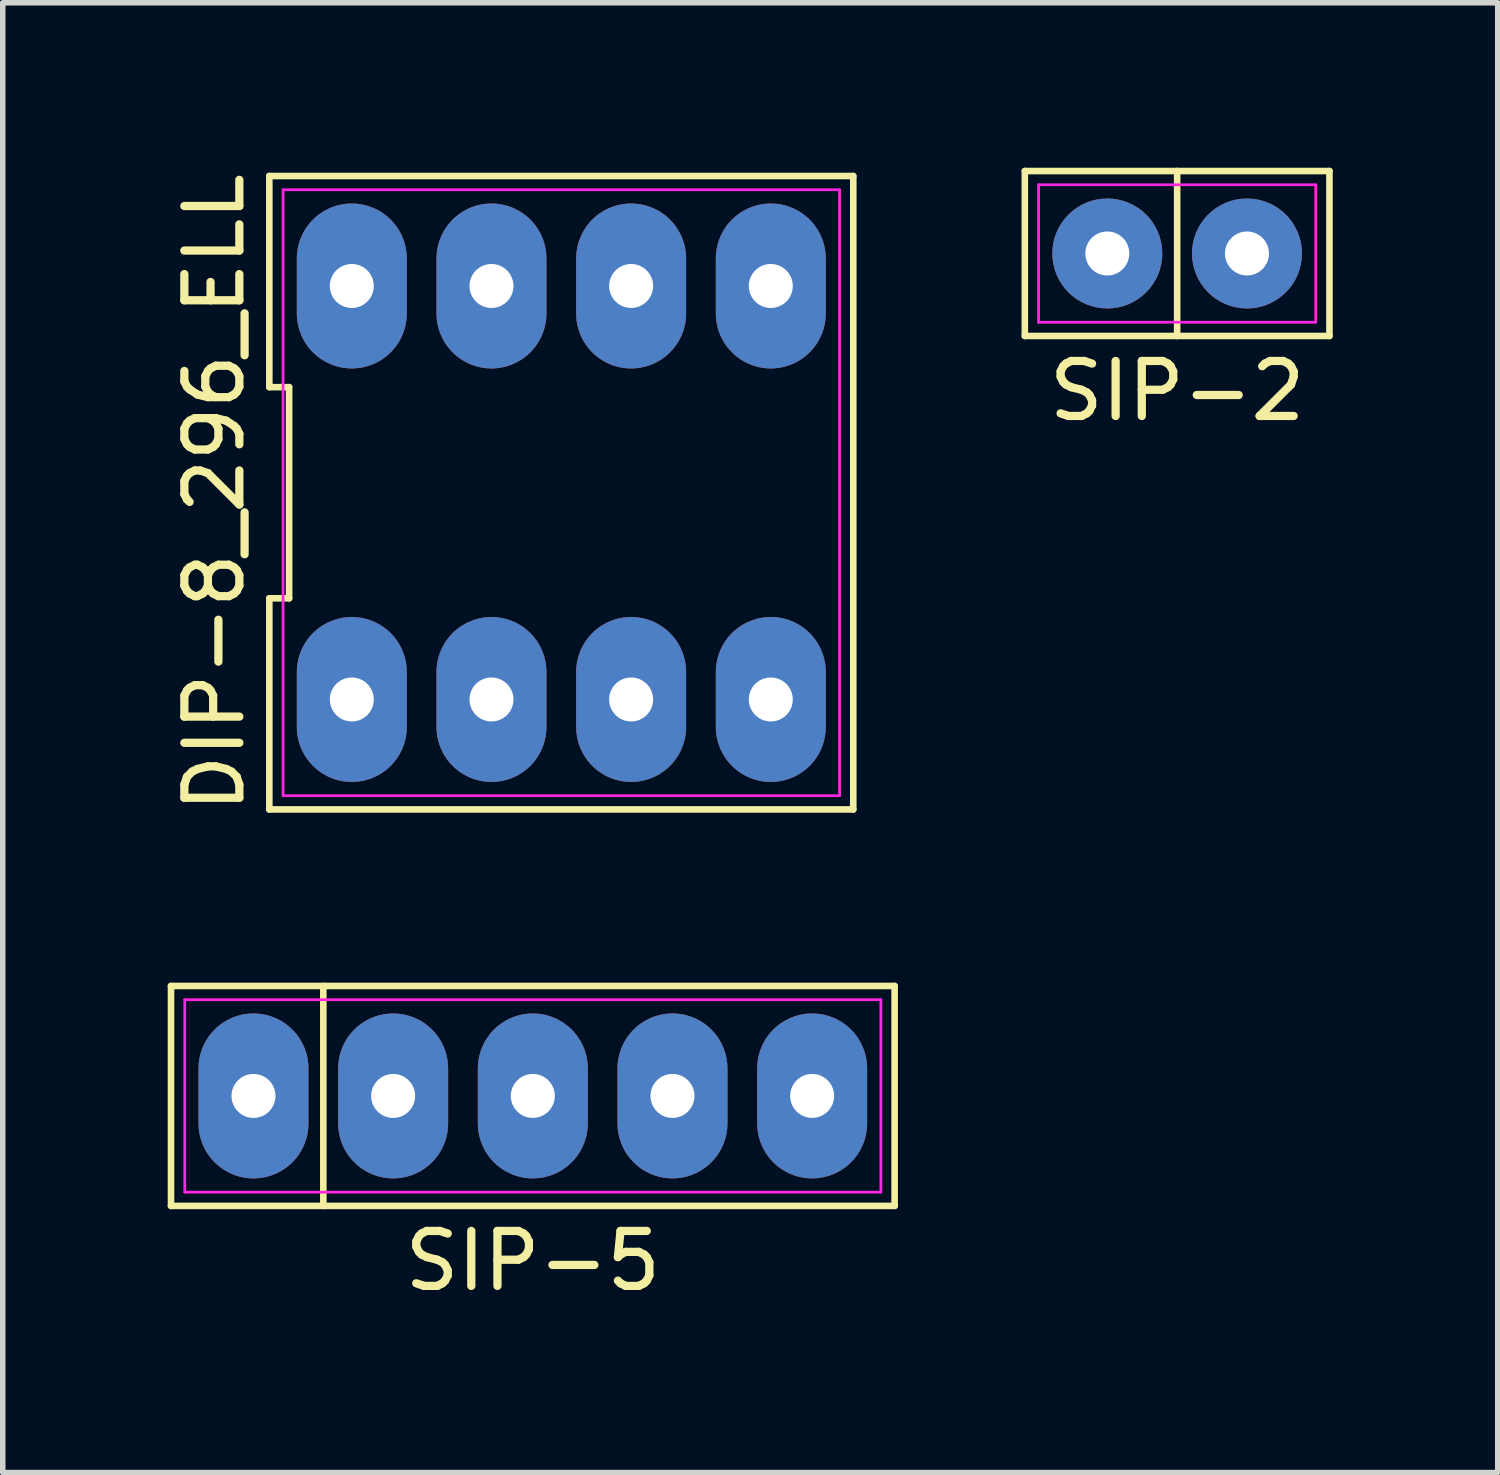
<source format=kicad_pcb>
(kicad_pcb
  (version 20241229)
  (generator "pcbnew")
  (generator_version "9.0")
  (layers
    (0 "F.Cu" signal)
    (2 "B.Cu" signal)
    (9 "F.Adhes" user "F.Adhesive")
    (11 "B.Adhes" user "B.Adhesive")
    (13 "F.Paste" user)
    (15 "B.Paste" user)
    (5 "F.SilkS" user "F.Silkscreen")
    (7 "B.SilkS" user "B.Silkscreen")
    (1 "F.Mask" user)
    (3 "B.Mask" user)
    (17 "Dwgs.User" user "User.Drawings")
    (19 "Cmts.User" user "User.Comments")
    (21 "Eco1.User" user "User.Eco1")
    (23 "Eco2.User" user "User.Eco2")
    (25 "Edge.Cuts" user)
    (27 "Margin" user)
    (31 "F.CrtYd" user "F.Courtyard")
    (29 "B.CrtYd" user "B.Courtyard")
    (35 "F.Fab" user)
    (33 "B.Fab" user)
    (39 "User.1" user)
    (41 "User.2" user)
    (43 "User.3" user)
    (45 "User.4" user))
  (footprint "SIP-2"
    (layer "F.Cu")
    (at 18.358 1.56)
    (property "Reference" "SIP-2" (at 0 2.5 0) (layer "F.SilkS") (effects (font (size 1 1) (thickness 0.15))))
    (attr through_hole)
    (fp_line (start -2.77 -1.5) (end 2.77 -1.5) (stroke (width 0.12) (type solid)) (layer "F.SilkS"))
    (fp_line (start -2.77 1.5) (end -2.77 -1.5) (stroke (width 0.12) (type solid)) (layer "F.SilkS"))
    (fp_line (start 0 -1.5) (end 0 1.5) (stroke (width 0.12) (type solid)) (layer "F.SilkS"))
    (fp_line (start 2.77 -1.5) (end 2.77 1.5) (stroke (width 0.12) (type solid)) (layer "F.SilkS"))
    (fp_line (start 2.77 1.5) (end -2.77 1.5) (stroke (width 0.12) (type solid)) (layer "F.SilkS"))
    (fp_line (start -2.52 -1.25) (end 2.52 -1.25) (stroke (width 0.05) (type solid)) (layer "F.CrtYd"))
    (fp_line (start -2.52 1.25) (end -2.52 -1.25) (stroke (width 0.05) (type solid)) (layer "F.CrtYd"))
    (fp_line (start 2.52 -1.25) (end 2.52 1.25) (stroke (width 0.05) (type solid)) (layer "F.CrtYd"))
    (fp_line (start 2.52 1.25) (end -2.52 1.25) (stroke (width 0.05) (type solid)) (layer "F.CrtYd"))
    (pad "1" thru_hole circle (at -1.27 0) (size 2 2) (drill 0.8) (layers "*.Cu" "*.Mask"))
    (pad "2" thru_hole circle (at 1.27 0) (size 2 2) (drill 0.8) (layers "*.Cu" "*.Mask")))
  (footprint "DIP-8_296_ELL"
    (layer "F.Cu")
    (at 7.158 5.911)
    (property "Reference" "DIP-8_296_ELL" (at -6.31 0 90) (layer "F.SilkS") (effects (font (size 1 1) (thickness 0.15))))
    (attr through_hole)
    (fp_line (start -5.31 -5.76) (end -5.31 -1.92) (stroke (width 0.12) (type solid)) (layer "F.SilkS"))
    (fp_line (start -5.31 -1.92) (end -4.95 -1.92) (stroke (width 0.12) (type solid)) (layer "F.SilkS"))
    (fp_line (start -5.31 1.92) (end -5.31 5.76) (stroke (width 0.12) (type solid)) (layer "F.SilkS"))
    (fp_line (start -5.31 5.76) (end 5.31 5.76) (stroke (width 0.12) (type solid)) (layer "F.SilkS"))
    (fp_line (start -4.95 -1.92) (end -4.95 1.92) (stroke (width 0.12) (type solid)) (layer "F.SilkS"))
    (fp_line (start -4.95 1.92) (end -5.31 1.92) (stroke (width 0.12) (type solid)) (layer "F.SilkS"))
    (fp_line (start 5.31 -5.76) (end -5.31 -5.76) (stroke (width 0.12) (type solid)) (layer "F.SilkS"))
    (fp_line (start 5.31 5.76) (end 5.31 -5.76) (stroke (width 0.12) (type solid)) (layer "F.SilkS"))
    (fp_line (start -5.06 -5.51) (end 5.06 -5.51) (stroke (width 0.05) (type solid)) (layer "F.CrtYd"))
    (fp_line (start -5.06 5.51) (end -5.06 -5.51) (stroke (width 0.05) (type solid)) (layer "F.CrtYd"))
    (fp_line (start 5.06 -5.51) (end 5.06 5.51) (stroke (width 0.05) (type solid)) (layer "F.CrtYd"))
    (fp_line (start 5.06 5.51) (end -5.06 5.51) (stroke (width 0.05) (type solid)) (layer "F.CrtYd"))
    (pad "1" thru_hole oval (at -3.81 3.76) (size 2 3) (drill 0.8) (layers "*.Cu" "*.Mask"))
    (pad "2" thru_hole oval (at -1.27 3.76) (size 2 3) (drill 0.8) (layers "*.Cu" "*.Mask"))
    (pad "3" thru_hole oval (at 1.27 3.76) (size 2 3) (drill 0.8) (layers "*.Cu" "*.Mask"))
    (pad "4" thru_hole oval (at 3.81 3.76) (size 2 3) (drill 0.8) (layers "*.Cu" "*.Mask"))
    (pad "5" thru_hole oval (at 3.81 -3.76) (size 2 3) (drill 0.8) (layers "*.Cu" "*.Mask"))
    (pad "6" thru_hole oval (at 1.27 -3.76) (size 2 3) (drill 0.8) (layers "*.Cu" "*.Mask"))
    (pad "7" thru_hole oval (at -1.27 -3.76) (size 2 3) (drill 0.8) (layers "*.Cu" "*.Mask"))
    (pad "8" thru_hole oval (at -3.81 -3.76) (size 2 3) (drill 0.8) (layers "*.Cu" "*.Mask")))
  (footprint "SIP-5"
    (layer "F.Cu")
    (at 6.64 16.881)
    (property "Reference" "SIP-5" (at 0 3 0) (layer "F.SilkS") (effects (font (size 1 1) (thickness 0.15))))
    (attr through_hole)
    (fp_line (start -6.58 -2) (end 6.58 -2) (stroke (width 0.12) (type solid)) (layer "F.SilkS"))
    (fp_line (start -6.58 2) (end -6.58 -2) (stroke (width 0.12) (type solid)) (layer "F.SilkS"))
    (fp_line (start -3.81 -2) (end -3.81 2) (stroke (width 0.12) (type solid)) (layer "F.SilkS"))
    (fp_line (start 6.58 -2) (end 6.58 2) (stroke (width 0.12) (type solid)) (layer "F.SilkS"))
    (fp_line (start 6.58 2) (end -6.58 2) (stroke (width 0.12) (type solid)) (layer "F.SilkS"))
    (fp_line (start -6.33 -1.75) (end 6.33 -1.75) (stroke (width 0.05) (type solid)) (layer "F.CrtYd"))
    (fp_line (start -6.33 1.75) (end -6.33 -1.75) (stroke (width 0.05) (type solid)) (layer "F.CrtYd"))
    (fp_line (start 6.33 -1.75) (end 6.33 1.75) (stroke (width 0.05) (type solid)) (layer "F.CrtYd"))
    (fp_line (start 6.33 1.75) (end -6.33 1.75) (stroke (width 0.05) (type solid)) (layer "F.CrtYd"))
    (pad "1" thru_hole oval (at -5.08 0) (size 2 3) (drill 0.8) (layers "*.Cu" "*.Mask"))
    (pad "2" thru_hole oval (at -2.54 0) (size 2 3) (drill 0.8) (layers "*.Cu" "*.Mask"))
    (pad "3" thru_hole oval (at 0 0) (size 2 3) (drill 0.8) (layers "*.Cu" "*.Mask"))
    (pad "4" thru_hole oval (at 2.54 0) (size 2 3) (drill 0.8) (layers "*.Cu" "*.Mask"))
    (pad "5" thru_hole oval (at 5.08 0) (size 2 3) (drill 0.8) (layers "*.Cu" "*.Mask")))
  (gr_rect
    (start -3 -3)
    (end 24.188 23.73)
    (stroke (width 0.1) (type default))
    (fill no)
    (layer "Edge.Cuts")))
</source>
